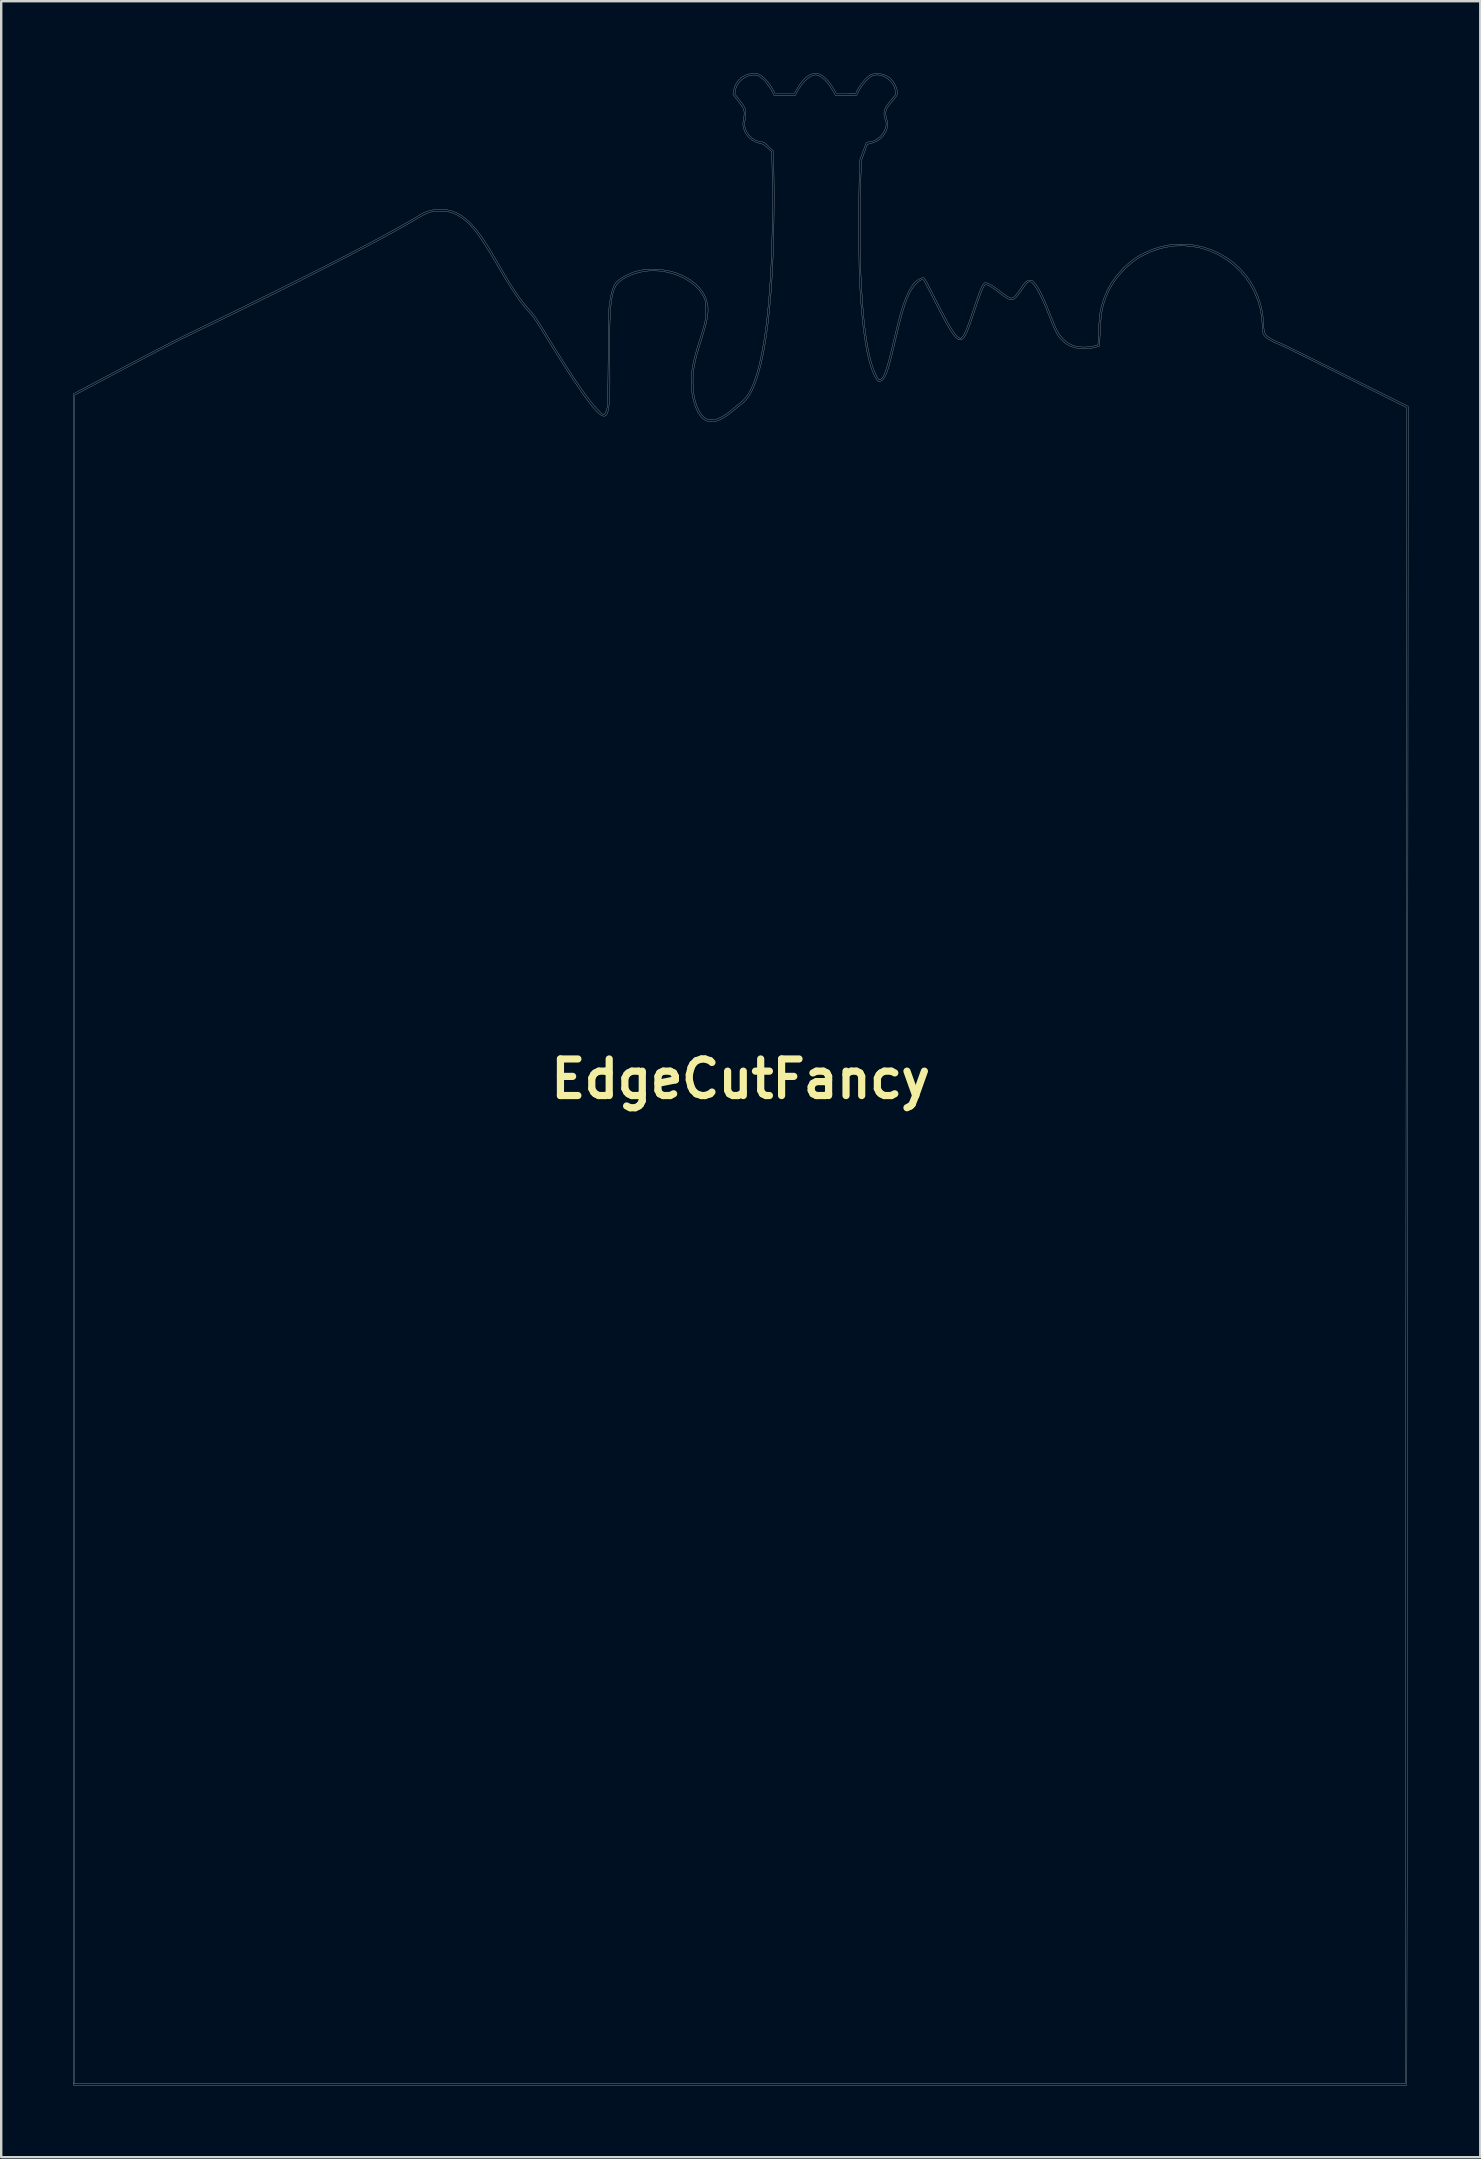
<source format=kicad_pcb>
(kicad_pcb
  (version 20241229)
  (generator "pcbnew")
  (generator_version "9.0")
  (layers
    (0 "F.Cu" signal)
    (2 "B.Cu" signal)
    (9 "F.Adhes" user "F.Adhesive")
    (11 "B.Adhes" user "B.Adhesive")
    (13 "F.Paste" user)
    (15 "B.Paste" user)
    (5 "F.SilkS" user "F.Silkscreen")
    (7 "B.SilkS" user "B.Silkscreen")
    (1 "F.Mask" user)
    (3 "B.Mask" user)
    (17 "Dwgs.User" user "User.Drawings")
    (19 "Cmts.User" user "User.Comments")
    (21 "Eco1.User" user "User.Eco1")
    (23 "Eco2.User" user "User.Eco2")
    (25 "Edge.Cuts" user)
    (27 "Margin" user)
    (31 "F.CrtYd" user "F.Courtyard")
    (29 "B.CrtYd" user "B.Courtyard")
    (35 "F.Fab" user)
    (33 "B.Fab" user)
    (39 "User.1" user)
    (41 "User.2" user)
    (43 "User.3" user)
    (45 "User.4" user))
  (footprint "EdgeCutFancy"
    (layer "F.Cu")
    (at 27.818 41.918)
    (property "Reference" "EdgeCutFancy" (at 0 0 0) (layer "F.SilkS") (effects (font (size 1.524 1.524) (thickness 0.3))))
    (attr through_hole)
    (fp_poly (pts (xy 3.279 -41.883) (xy 3.417 -41.812) (xy 3.555 -41.698) (xy 3.565 -41.689) (xy 3.704 -41.53) (xy 3.839 -41.334) (xy 3.915 -41.206) (xy 3.983 -41.085) (xy 4.392 -41.085) (xy 4.8 -41.084) (xy 4.828 -41.152) (xy 4.87 -41.236) (xy 4.934 -41.34) (xy 5.012 -41.451) (xy 5.095 -41.56) (xy 5.175 -41.654) (xy 5.224 -41.705) (xy 5.332 -41.797) (xy 5.428 -41.859) (xy 5.526 -41.894) (xy 5.637 -41.907) (xy 5.723 -41.907) (xy 5.907 -41.878) (xy 6.076 -41.813) (xy 6.224 -41.715) (xy 6.349 -41.587) (xy 6.445 -41.432) (xy 6.51 -41.256) (xy 6.525 -41.183) (xy 6.537 -41.108) (xy 6.538 -41.058) (xy 6.527 -41.019) (xy 6.502 -40.975) (xy 6.494 -40.964) (xy 6.458 -40.914) (xy 6.402 -40.842) (xy 6.336 -40.76) (xy 6.288 -40.703) (xy 6.22 -40.62) (xy 6.158 -40.54) (xy 6.111 -40.473) (xy 6.091 -40.439) (xy 6.056 -40.331) (xy 6.049 -40.203) (xy 6.069 -40.065) (xy 6.096 -39.976) (xy 6.129 -39.843) (xy 6.127 -39.707) (xy 6.088 -39.562) (xy 6.054 -39.482) (xy 5.956 -39.317) (xy 5.829 -39.183) (xy 5.674 -39.08) (xy 5.488 -39.006) (xy 5.436 -38.992) (xy 5.281 -38.954) (xy 5.16 -38.618) (xy 5.038 -38.282) (xy 5.014 -37.656) (xy 5.008 -37.485) (xy 5.003 -37.279) (xy 4.999 -37.043) (xy 4.995 -36.782) (xy 4.993 -36.501) (xy 4.991 -36.205) (xy 4.99 -35.899) (xy 4.989 -35.589) (xy 4.989 -35.279) (xy 4.99 -34.974) (xy 4.992 -34.68) (xy 4.995 -34.401) (xy 4.998 -34.143) (xy 5.002 -33.91) (xy 5.006 -33.708) (xy 5.012 -33.541) (xy 5.014 -33.496) (xy 5.042 -32.936) (xy 5.076 -32.416) (xy 5.114 -31.937) (xy 5.157 -31.495) (xy 5.206 -31.092) (xy 5.261 -30.724) (xy 5.321 -30.391) (xy 5.387 -30.093) (xy 5.459 -29.827) (xy 5.537 -29.592) (xy 5.621 -29.388) (xy 5.631 -29.368) (xy 5.672 -29.287) (xy 5.712 -29.217) (xy 5.744 -29.17) (xy 5.752 -29.162) (xy 5.783 -29.139) (xy 5.809 -29.14) (xy 5.848 -29.168) (xy 5.849 -29.169) (xy 5.887 -29.205) (xy 5.924 -29.255) (xy 5.962 -29.322) (xy 6 -29.408) (xy 6.041 -29.516) (xy 6.084 -29.648) (xy 6.131 -29.808) (xy 6.183 -29.999) (xy 6.24 -30.222) (xy 6.304 -30.481) (xy 6.375 -30.779) (xy 6.382 -30.808) (xy 6.427 -31.001) (xy 6.475 -31.195) (xy 6.521 -31.384) (xy 6.565 -31.559) (xy 6.605 -31.714) (xy 6.639 -31.841) (xy 6.66 -31.919) (xy 6.756 -32.227) (xy 6.855 -32.501) (xy 6.957 -32.739) (xy 7.061 -32.94) (xy 7.167 -33.101) (xy 7.249 -33.198) (xy 7.324 -33.263) (xy 7.411 -33.322) (xy 7.499 -33.367) (xy 7.577 -33.394) (xy 7.625 -33.397) (xy 7.639 -33.39) (xy 7.658 -33.371) (xy 7.683 -33.337) (xy 7.715 -33.284) (xy 7.757 -33.21) (xy 7.81 -33.112) (xy 7.875 -32.987) (xy 7.956 -32.831) (xy 8.052 -32.641) (xy 8.107 -32.533) (xy 8.261 -32.231) (xy 8.399 -31.965) (xy 8.522 -31.735) (xy 8.632 -31.536) (xy 8.729 -31.368) (xy 8.815 -31.228) (xy 8.891 -31.115) (xy 8.959 -31.026) (xy 9.019 -30.959) (xy 9.074 -30.912) (xy 9.098 -30.896) (xy 9.166 -30.857) (xy 9.229 -30.925) (xy 9.265 -30.969) (xy 9.301 -31.025) (xy 9.34 -31.099) (xy 9.383 -31.193) (xy 9.43 -31.31) (xy 9.484 -31.454) (xy 9.546 -31.628) (xy 9.618 -31.837) (xy 9.696 -32.071) (xy 9.779 -32.318) (xy 9.851 -32.528) (xy 9.913 -32.703) (xy 9.968 -32.845) (xy 10.016 -32.959) (xy 10.059 -33.046) (xy 10.097 -33.11) (xy 10.133 -33.153) (xy 10.167 -33.178) (xy 10.202 -33.189) (xy 10.214 -33.189) (xy 10.275 -33.176) (xy 10.363 -33.137) (xy 10.47 -33.077) (xy 10.592 -32.998) (xy 10.723 -32.904) (xy 10.801 -32.843) (xy 10.95 -32.729) (xy 11.073 -32.643) (xy 11.171 -32.585) (xy 11.248 -32.553) (xy 11.306 -32.546) (xy 11.327 -32.551) (xy 11.382 -32.586) (xy 11.45 -32.652) (xy 11.532 -32.753) (xy 11.628 -32.889) (xy 11.669 -32.95) (xy 11.756 -33.077) (xy 11.829 -33.17) (xy 11.894 -33.235) (xy 11.953 -33.274) (xy 12.013 -33.292) (xy 12.052 -33.295) (xy 12.106 -33.292) (xy 12.148 -33.276) (xy 12.192 -33.242) (xy 12.238 -33.195) (xy 12.303 -33.118) (xy 12.369 -33.027) (xy 12.436 -32.919) (xy 12.506 -32.79) (xy 12.581 -32.638) (xy 12.663 -32.457) (xy 12.753 -32.245) (xy 12.854 -31.997) (xy 12.904 -31.873) (xy 12.963 -31.726) (xy 13.02 -31.584) (xy 13.074 -31.454) (xy 13.121 -31.344) (xy 13.157 -31.261) (xy 13.177 -31.221) (xy 13.302 -31.012) (xy 13.45 -30.836) (xy 13.62 -30.694) (xy 13.809 -30.59) (xy 13.861 -30.569) (xy 13.997 -30.532) (xy 14.16 -30.51) (xy 14.335 -30.504) (xy 14.511 -30.514) (xy 14.674 -30.54) (xy 14.711 -30.549) (xy 14.891 -30.596) (xy 14.915 -31.162) (xy 14.925 -31.375) (xy 14.935 -31.552) (xy 14.947 -31.7) (xy 14.96 -31.827) (xy 14.975 -31.939) (xy 14.994 -32.042) (xy 15.016 -32.144) (xy 15.021 -32.163) (xy 15.13 -32.529) (xy 15.273 -32.871) (xy 15.453 -33.191) (xy 15.669 -33.492) (xy 15.923 -33.775) (xy 15.984 -33.835) (xy 16.18 -34.013) (xy 16.373 -34.164) (xy 16.575 -34.296) (xy 16.8 -34.42) (xy 16.813 -34.427) (xy 17.157 -34.578) (xy 17.509 -34.689) (xy 17.866 -34.762) (xy 18.226 -34.795) (xy 18.584 -34.791) (xy 18.939 -34.75) (xy 19.286 -34.673) (xy 19.625 -34.56) (xy 19.95 -34.413) (xy 20.26 -34.232) (xy 20.551 -34.018) (xy 20.82 -33.772) (xy 21.065 -33.494) (xy 21.225 -33.274) (xy 21.409 -32.962) (xy 21.56 -32.628) (xy 21.676 -32.281) (xy 21.754 -31.924) (xy 21.792 -31.567) (xy 21.794 -31.528) (xy 21.801 -31.375) (xy 21.811 -31.257) (xy 21.824 -31.167) (xy 21.844 -31.099) (xy 21.872 -31.045) (xy 21.909 -30.999) (xy 21.94 -30.969) (xy 22.017 -30.909) (xy 22.124 -30.843) (xy 22.246 -30.778) (xy 22.373 -30.719) (xy 22.468 -30.683) (xy 22.5 -30.669) (xy 22.567 -30.638) (xy 22.667 -30.59) (xy 22.798 -30.526) (xy 22.959 -30.448) (xy 23.145 -30.356) (xy 23.356 -30.253) (xy 23.589 -30.138) (xy 23.842 -30.013) (xy 24.112 -29.88) (xy 24.397 -29.738) (xy 24.695 -29.59) (xy 25.004 -29.437) (xy 25.196 -29.341) (xy 27.819 -28.035) (xy 27.805 -3.821) (xy 27.805 -2.745) (xy 27.804 -1.66) (xy 27.803 -0.567) (xy 27.803 0.532) (xy 27.802 1.635) (xy 27.801 2.742) (xy 27.801 3.851) (xy 27.8 4.961) (xy 27.799 6.07) (xy 27.798 7.176) (xy 27.798 8.279) (xy 27.797 9.376) (xy 27.796 10.467) (xy 27.795 11.55) (xy 27.795 12.624) (xy 27.794 13.687) (xy 27.793 14.738) (xy 27.792 15.775) (xy 27.791 16.797) (xy 27.791 17.803) (xy 27.79 18.79) (xy 27.789 19.759) (xy 27.788 20.707) (xy 27.787 21.633) (xy 27.787 22.535) (xy 27.786 23.413) (xy 27.785 24.264) (xy 27.784 25.087) (xy 27.784 25.881) (xy 27.783 26.645) (xy 27.782 27.376) (xy 27.781 28.074) (xy 27.781 28.738) (xy 27.78 29.365) (xy 27.779 29.954) (xy 27.779 30.505) (xy 27.778 31.015) (xy 27.778 31.163) (xy 27.764 41.931) (xy -27.813 41.931) (xy -27.808 6.685) (xy -27.802 -28.503) (xy -27.75 -28.503) (xy -27.75 41.868) (xy 27.701 41.868) (xy 27.714 22.463) (xy 27.715 21.445) (xy 27.716 20.399) (xy 27.717 19.329) (xy 27.718 18.235) (xy 27.718 17.12) (xy 27.719 15.987) (xy 27.72 14.838) (xy 27.721 13.675) (xy 27.722 12.501) (xy 27.723 11.316) (xy 27.724 10.125) (xy 27.725 8.929) (xy 27.726 7.73) (xy 27.726 6.531) (xy 27.727 5.334) (xy 27.728 4.141) (xy 27.729 2.954) (xy 27.73 1.776) (xy 27.731 0.609) (xy 27.732 -0.545) (xy 27.733 -1.683) (xy 27.734 -2.804) (xy 27.735 -3.904) (xy 27.736 -4.983) (xy 27.737 -6.037) (xy 27.738 -7.064) (xy 27.738 -8.062) (xy 27.739 -9.029) (xy 27.74 -9.963) (xy 27.741 -10.861) (xy 27.742 -11.72) (xy 27.742 -12.46) (xy 27.756 -27.979) (xy 25.216 -29.249) (xy 24.905 -29.404) (xy 24.602 -29.555) (xy 24.31 -29.701) (xy 24.03 -29.84) (xy 23.766 -29.97) (xy 23.519 -30.092) (xy 23.293 -30.204) (xy 23.089 -30.304) (xy 22.91 -30.391) (xy 22.758 -30.465) (xy 22.636 -30.523) (xy 22.546 -30.566) (xy 22.491 -30.591) (xy 22.48 -30.595) (xy 22.313 -30.664) (xy 22.16 -30.737) (xy 22.027 -30.809) (xy 21.922 -30.877) (xy 21.862 -30.928) (xy 21.803 -30.999) (xy 21.766 -31.08) (xy 21.745 -31.182) (xy 21.738 -31.314) (xy 21.738 -31.322) (xy 21.717 -31.699) (xy 21.656 -32.066) (xy 21.557 -32.42) (xy 21.421 -32.76) (xy 21.25 -33.083) (xy 21.046 -33.385) (xy 20.81 -33.664) (xy 20.544 -33.917) (xy 20.249 -34.142) (xy 19.928 -34.336) (xy 19.855 -34.374) (xy 19.514 -34.522) (xy 19.162 -34.63) (xy 18.804 -34.698) (xy 18.442 -34.726) (xy 18.079 -34.714) (xy 17.718 -34.662) (xy 17.363 -34.571) (xy 17.015 -34.44) (xy 16.679 -34.27) (xy 16.599 -34.223) (xy 16.353 -34.054) (xy 16.112 -33.852) (xy 15.886 -33.626) (xy 15.684 -33.386) (xy 15.576 -33.235) (xy 15.468 -33.067) (xy 15.38 -32.914) (xy 15.305 -32.761) (xy 15.235 -32.592) (xy 15.209 -32.523) (xy 15.164 -32.399) (xy 15.127 -32.28) (xy 15.095 -32.159) (xy 15.068 -32.033) (xy 15.046 -31.896) (xy 15.027 -31.741) (xy 15.011 -31.565) (xy 14.997 -31.362) (xy 14.985 -31.126) (xy 14.974 -30.887) (xy 14.959 -30.544) (xy 14.822 -30.501) (xy 14.646 -30.458) (xy 14.456 -30.432) (xy 14.271 -30.425) (xy 14.123 -30.435) (xy 13.908 -30.477) (xy 13.722 -30.545) (xy 13.555 -30.643) (xy 13.4 -30.773) (xy 13.399 -30.774) (xy 13.339 -30.836) (xy 13.284 -30.898) (xy 13.234 -30.965) (xy 13.186 -31.041) (xy 13.137 -31.13) (xy 13.084 -31.239) (xy 13.026 -31.371) (xy 12.96 -31.531) (xy 12.883 -31.723) (xy 12.838 -31.837) (xy 12.714 -32.143) (xy 12.598 -32.412) (xy 12.489 -32.644) (xy 12.388 -32.838) (xy 12.296 -32.993) (xy 12.212 -33.11) (xy 12.137 -33.186) (xy 12.082 -33.219) (xy 12.032 -33.226) (xy 11.982 -33.208) (xy 11.926 -33.161) (xy 11.86 -33.082) (xy 11.811 -33.014) (xy 11.703 -32.859) (xy 11.614 -32.736) (xy 11.541 -32.641) (xy 11.48 -32.571) (xy 11.428 -32.523) (xy 11.382 -32.492) (xy 11.337 -32.476) (xy 11.292 -32.47) (xy 11.279 -32.47) (xy 11.226 -32.477) (xy 11.161 -32.502) (xy 11.081 -32.546) (xy 10.98 -32.612) (xy 10.856 -32.703) (xy 10.72 -32.808) (xy 10.571 -32.919) (xy 10.442 -33.006) (xy 10.336 -33.067) (xy 10.254 -33.101) (xy 10.199 -33.106) (xy 10.184 -33.099) (xy 10.153 -33.059) (xy 10.113 -32.986) (xy 10.064 -32.878) (xy 10.006 -32.733) (xy 9.939 -32.552) (xy 9.862 -32.332) (xy 9.775 -32.072) (xy 9.751 -32.002) (xy 9.692 -31.825) (xy 9.633 -31.653) (xy 9.576 -31.492) (xy 9.524 -31.348) (xy 9.478 -31.227) (xy 9.442 -31.136) (xy 9.421 -31.089) (xy 9.367 -30.988) (xy 9.315 -30.907) (xy 9.262 -30.849) (xy 9.207 -30.813) (xy 9.149 -30.801) (xy 9.087 -30.815) (xy 9.02 -30.855) (xy 8.946 -30.923) (xy 8.865 -31.02) (xy 8.774 -31.147) (xy 8.674 -31.306) (xy 8.562 -31.498) (xy 8.438 -31.723) (xy 8.3 -31.984) (xy 8.148 -32.282) (xy 8.012 -32.551) (xy 7.929 -32.716) (xy 7.851 -32.868) (xy 7.779 -33.005) (xy 7.717 -33.121) (xy 7.667 -33.213) (xy 7.63 -33.277) (xy 7.609 -33.308) (xy 7.607 -33.31) (xy 7.55 -33.31) (xy 7.478 -33.278) (xy 7.396 -33.219) (xy 7.309 -33.137) (xy 7.222 -33.036) (xy 7.142 -32.923) (xy 7.117 -32.882) (xy 7.059 -32.779) (xy 7.004 -32.668) (xy 6.95 -32.544) (xy 6.896 -32.406) (xy 6.842 -32.25) (xy 6.786 -32.073) (xy 6.727 -31.871) (xy 6.665 -31.642) (xy 6.598 -31.383) (xy 6.526 -31.089) (xy 6.447 -30.759) (xy 6.405 -30.582) (xy 6.338 -30.299) (xy 6.277 -30.055) (xy 6.222 -29.846) (xy 6.171 -29.669) (xy 6.124 -29.522) (xy 6.079 -29.401) (xy 6.035 -29.304) (xy 5.992 -29.226) (xy 5.948 -29.166) (xy 5.925 -29.141) (xy 5.852 -29.08) (xy 5.788 -29.059) (xy 5.729 -29.078) (xy 5.672 -29.138) (xy 5.652 -29.167) (xy 5.564 -29.324) (xy 5.481 -29.513) (xy 5.405 -29.733) (xy 5.334 -29.986) (xy 5.268 -30.273) (xy 5.208 -30.595) (xy 5.153 -30.953) (xy 5.102 -31.348) (xy 5.057 -31.781) (xy 5.016 -32.253) (xy 4.98 -32.765) (xy 4.948 -33.306) (xy 4.943 -33.424) (xy 4.939 -33.581) (xy 4.935 -33.771) (xy 4.932 -33.99) (xy 4.929 -34.234) (xy 4.927 -34.499) (xy 4.925 -34.78) (xy 4.924 -35.073) (xy 4.923 -35.373) (xy 4.923 -35.676) (xy 4.924 -35.979) (xy 4.925 -36.275) (xy 4.926 -36.562) (xy 4.928 -36.834) (xy 4.931 -37.088) (xy 4.934 -37.318) (xy 4.938 -37.521) (xy 4.942 -37.693) (xy 4.947 -37.828) (xy 4.948 -37.857) (xy 4.971 -38.322) (xy 5.09 -38.648) (xy 5.131 -38.76) (xy 5.169 -38.861) (xy 5.2 -38.941) (xy 5.221 -38.994) (xy 5.228 -39.01) (xy 5.261 -39.037) (xy 5.329 -39.053) (xy 5.36 -39.056) (xy 5.518 -39.09) (xy 5.667 -39.16) (xy 5.8 -39.262) (xy 5.913 -39.391) (xy 5.998 -39.54) (xy 6.051 -39.704) (xy 6.062 -39.765) (xy 6.062 -39.817) (xy 6.052 -39.875) (xy 6.028 -39.954) (xy 6.019 -39.979) (xy 5.989 -40.081) (xy 5.974 -40.165) (xy 5.973 -40.246) (xy 5.974 -40.27) (xy 5.984 -40.346) (xy 6.003 -40.416) (xy 6.034 -40.486) (xy 6.082 -40.564) (xy 6.151 -40.658) (xy 6.244 -40.773) (xy 6.265 -40.799) (xy 6.46 -41.032) (xy 6.449 -41.154) (xy 6.418 -41.299) (xy 6.355 -41.435) (xy 6.265 -41.558) (xy 6.155 -41.664) (xy 6.029 -41.749) (xy 5.894 -41.81) (xy 5.756 -41.842) (xy 5.62 -41.842) (xy 5.496 -41.808) (xy 5.395 -41.747) (xy 5.285 -41.653) (xy 5.173 -41.534) (xy 5.064 -41.395) (xy 4.965 -41.244) (xy 4.887 -41.1) (xy 4.839 -41) (xy 3.941 -41) (xy 3.862 -41.143) (xy 3.745 -41.336) (xy 3.623 -41.502) (xy 3.499 -41.638) (xy 3.376 -41.742) (xy 3.257 -41.812) (xy 3.144 -41.844) (xy 3.111 -41.846) (xy 3.009 -41.826) (xy 2.897 -41.771) (xy 2.78 -41.684) (xy 2.661 -41.57) (xy 2.544 -41.432) (xy 2.435 -41.274) (xy 2.336 -41.101) (xy 2.33 -41.09) (xy 2.285 -41) (xy 1.382 -41) (xy 1.342 -41.09) (xy 1.289 -41.191) (xy 1.215 -41.31) (xy 1.13 -41.432) (xy 1.042 -41.545) (xy 0.961 -41.636) (xy 0.944 -41.652) (xy 0.829 -41.748) (xy 0.723 -41.809) (xy 0.615 -41.839) (xy 0.497 -41.841) (xy 0.336 -41.809) (xy 0.184 -41.742) (xy 0.047 -41.646) (xy -0.069 -41.526) (xy -0.157 -41.389) (xy -0.213 -41.239) (xy -0.227 -41.159) (xy -0.238 -41.046) (xy -0.059 -40.816) (xy 0.037 -40.692) (xy 0.108 -40.593) (xy 0.158 -40.511) (xy 0.191 -40.44) (xy 0.209 -40.372) (xy 0.217 -40.3) (xy 0.218 -40.248) (xy 0.212 -40.144) (xy 0.197 -40.029) (xy 0.183 -39.957) (xy 0.163 -39.824) (xy 0.172 -39.7) (xy 0.212 -39.57) (xy 0.259 -39.47) (xy 0.354 -39.332) (xy 0.477 -39.215) (xy 0.62 -39.126) (xy 0.774 -39.071) (xy 0.867 -39.056) (xy 0.916 -39.051) (xy 0.955 -39.041) (xy 0.994 -39.022) (xy 1.038 -38.988) (xy 1.097 -38.934) (xy 1.173 -38.861) (xy 1.365 -38.675) (xy 1.379 -38.107) (xy 1.388 -37.653) (xy 1.393 -37.17) (xy 1.395 -36.668) (xy 1.392 -36.157) (xy 1.386 -35.645) (xy 1.377 -35.14) (xy 1.364 -34.653) (xy 1.348 -34.192) (xy 1.333 -33.846) (xy 1.297 -33.199) (xy 1.253 -32.588) (xy 1.201 -32.014) (xy 1.141 -31.476) (xy 1.074 -30.975) (xy 0.999 -30.512) (xy 0.917 -30.086) (xy 0.828 -29.7) (xy 0.732 -29.352) (xy 0.628 -29.043) (xy 0.517 -28.774) (xy 0.4 -28.546) (xy 0.276 -28.358) (xy 0.145 -28.211) (xy 0.069 -28.147) (xy 0.003 -28.097) (xy -0.083 -28.029) (xy -0.178 -27.951) (xy -0.264 -27.88) (xy -0.461 -27.723) (xy -0.636 -27.599) (xy -0.792 -27.505) (xy -0.897 -27.455) (xy -0.979 -27.425) (xy -1.058 -27.408) (xy -1.152 -27.402) (xy -1.206 -27.401) (xy -1.322 -27.405) (xy -1.411 -27.422) (xy -1.488 -27.456) (xy -1.567 -27.515) (xy -1.61 -27.552) (xy -1.713 -27.669) (xy -1.805 -27.821) (xy -1.885 -28.004) (xy -1.953 -28.211) (xy -2.006 -28.437) (xy -2.043 -28.676) (xy -2.063 -28.923) (xy -2.064 -29.172) (xy -2.053 -29.337) (xy -2.037 -29.492) (xy -2.016 -29.641) (xy -1.99 -29.79) (xy -1.957 -29.946) (xy -1.915 -30.116) (xy -1.863 -30.305) (xy -1.8 -30.52) (xy -1.723 -30.767) (xy -1.714 -30.797) (xy -1.647 -31.009) (xy -1.593 -31.187) (xy -1.55 -31.336) (xy -1.516 -31.461) (xy -1.491 -31.57) (xy -1.473 -31.666) (xy -1.461 -31.756) (xy -1.455 -31.846) (xy -1.451 -31.942) (xy -1.451 -32.025) (xy -1.453 -32.184) (xy -1.461 -32.311) (xy -1.479 -32.417) (xy -1.508 -32.511) (xy -1.55 -32.606) (xy -1.603 -32.7) (xy -1.739 -32.89) (xy -1.91 -33.065) (xy -2.112 -33.222) (xy -2.339 -33.36) (xy -2.588 -33.476) (xy -2.853 -33.568) (xy -3.129 -33.635) (xy -3.412 -33.674) (xy -3.697 -33.683) (xy -3.866 -33.673) (xy -4.097 -33.641) (xy -4.321 -33.588) (xy -4.533 -33.518) (xy -4.728 -33.433) (xy -4.9 -33.336) (xy -5.045 -33.229) (xy -5.156 -33.114) (xy -5.218 -33.019) (xy -5.261 -32.923) (xy -5.3 -32.815) (xy -5.333 -32.693) (xy -5.362 -32.553) (xy -5.387 -32.393) (xy -5.408 -32.211) (xy -5.425 -32.005) (xy -5.438 -31.771) (xy -5.447 -31.508) (xy -5.453 -31.213) (xy -5.456 -30.883) (xy -5.457 -30.517) (xy -5.454 -30.111) (xy -5.453 -30.014) (xy -5.45 -29.636) (xy -5.449 -29.299) (xy -5.449 -28.999) (xy -5.453 -28.736) (xy -5.459 -28.506) (xy -5.467 -28.309) (xy -5.479 -28.141) (xy -5.494 -28.001) (xy -5.512 -27.887) (xy -5.534 -27.796) (xy -5.56 -27.727) (xy -5.59 -27.677) (xy -5.625 -27.644) (xy -5.664 -27.627) (xy -5.701 -27.623) (xy -5.758 -27.634) (xy -5.825 -27.669) (xy -5.904 -27.728) (xy -5.994 -27.812) (xy -6.097 -27.923) (xy -6.213 -28.06) (xy -6.343 -28.225) (xy -6.487 -28.419) (xy -6.646 -28.642) (xy -6.82 -28.897) (xy -7.012 -29.182) (xy -7.22 -29.501) (xy -7.446 -29.852) (xy -7.69 -30.238) (xy -7.953 -30.659) (xy -8.236 -31.116) (xy -8.254 -31.145) (xy -8.37 -31.331) (xy -8.467 -31.485) (xy -8.551 -31.611) (xy -8.623 -31.715) (xy -8.687 -31.802) (xy -8.747 -31.874) (xy -8.786 -31.919) (xy -8.915 -32.064) (xy -9.042 -32.217) (xy -9.169 -32.38) (xy -9.299 -32.557) (xy -9.433 -32.752) (xy -9.576 -32.969) (xy -9.728 -33.212) (xy -9.894 -33.483) (xy -10.074 -33.788) (xy -10.139 -33.898) (xy -10.324 -34.212) (xy -10.492 -34.491) (xy -10.646 -34.737) (xy -10.787 -34.954) (xy -10.917 -35.143) (xy -11.04 -35.308) (xy -11.155 -35.452) (xy -11.267 -35.577) (xy -11.376 -35.686) (xy -11.485 -35.781) (xy -11.595 -35.866) (xy -11.644 -35.9) (xy -11.84 -36.019) (xy -12.032 -36.101) (xy -12.229 -36.15) (xy -12.443 -36.169) (xy -12.584 -36.167) (xy -12.709 -36.16) (xy -12.816 -36.148) (xy -12.915 -36.129) (xy -13.011 -36.1) (xy -13.113 -36.058) (xy -13.227 -36.002) (xy -13.362 -35.927) (xy -13.524 -35.832) (xy -13.531 -35.828) (xy -13.809 -35.665) (xy -14.124 -35.485) (xy -14.476 -35.29) (xy -14.862 -35.079) (xy -15.282 -34.853) (xy -15.734 -34.614) (xy -16.217 -34.361) (xy -16.729 -34.096) (xy -17.269 -33.819) (xy -17.836 -33.531) (xy -18.428 -33.232) (xy -19.045 -32.923) (xy -19.684 -32.605) (xy -20.345 -32.278) (xy -21.027 -31.944) (xy -21.727 -31.602) (xy -22.445 -31.254) (xy -23.179 -30.899) (xy -23.222 -30.879) (xy -23.31 -30.835) (xy -23.433 -30.774) (xy -23.586 -30.696) (xy -23.767 -30.603) (xy -23.972 -30.497) (xy -24.198 -30.379) (xy -24.442 -30.252) (xy -24.7 -30.117) (xy -24.97 -29.975) (xy -25.247 -29.829) (xy -25.529 -29.68) (xy -25.735 -29.571) (xy -27.75 -28.503) (xy -27.802 -28.503) (xy -27.802 -28.562) (xy -25.792 -29.628) (xy -25.488 -29.789) (xy -25.183 -29.949) (xy -24.881 -30.108) (xy -24.585 -30.262) (xy -24.299 -30.411) (xy -24.026 -30.552) (xy -23.772 -30.683) (xy -23.538 -30.802) (xy -23.33 -30.907) (xy -23.151 -30.997) (xy -23.004 -31.069) (xy -22.976 -31.083) (xy -22.578 -31.275) (xy -22.163 -31.477) (xy -21.734 -31.686) (xy -21.295 -31.901) (xy -20.849 -32.12) (xy -20.4 -32.341) (xy -19.951 -32.563) (xy -19.506 -32.783) (xy -19.069 -33.001) (xy -18.642 -33.214) (xy -18.229 -33.42) (xy -17.835 -33.618) (xy -17.461 -33.807) (xy -17.113 -33.984) (xy -16.792 -34.147) (xy -16.504 -34.295) (xy -16.288 -34.407) (xy -15.953 -34.583) (xy -15.622 -34.758) (xy -15.299 -34.93) (xy -14.987 -35.098) (xy -14.689 -35.261) (xy -14.409 -35.415) (xy -14.149 -35.56) (xy -13.913 -35.693) (xy -13.704 -35.813) (xy -13.525 -35.919) (xy -13.38 -36.008) (xy -13.337 -36.035) (xy -13.152 -36.13) (xy -12.943 -36.198) (xy -12.719 -36.237) (xy -12.488 -36.247) (xy -12.258 -36.228) (xy -12.039 -36.18) (xy -11.837 -36.103) (xy -11.826 -36.097) (xy -11.626 -35.98) (xy -11.43 -35.831) (xy -11.234 -35.647) (xy -11.038 -35.428) (xy -10.838 -35.17) (xy -10.675 -34.936) (xy -10.626 -34.861) (xy -10.575 -34.781) (xy -10.52 -34.693) (xy -10.458 -34.591) (xy -10.386 -34.472) (xy -10.302 -34.331) (xy -10.205 -34.165) (xy -10.09 -33.97) (xy -9.986 -33.791) (xy -9.815 -33.501) (xy -9.659 -33.244) (xy -9.516 -33.015) (xy -9.383 -32.811) (xy -9.255 -32.626) (xy -9.13 -32.456) (xy -9.006 -32.296) (xy -8.878 -32.142) (xy -8.768 -32.017) (xy -8.71 -31.951) (xy -8.655 -31.885) (xy -8.602 -31.816) (xy -8.545 -31.739) (xy -8.484 -31.65) (xy -8.413 -31.543) (xy -8.331 -31.414) (xy -8.234 -31.26) (xy -8.119 -31.074) (xy -8.088 -31.024) (xy -7.863 -30.66) (xy -7.657 -30.329) (xy -7.468 -30.029) (xy -7.295 -29.757) (xy -7.136 -29.51) (xy -6.988 -29.284) (xy -6.85 -29.078) (xy -6.72 -28.887) (xy -6.596 -28.71) (xy -6.476 -28.542) (xy -6.376 -28.406) (xy -6.282 -28.283) (xy -6.183 -28.161) (xy -6.083 -28.044) (xy -5.986 -27.936) (xy -5.897 -27.841) (xy -5.819 -27.765) (xy -5.757 -27.713) (xy -5.716 -27.687) (xy -5.708 -27.686) (xy -5.671 -27.707) (xy -5.634 -27.767) (xy -5.598 -27.864) (xy -5.573 -27.958) (xy -5.567 -27.987) (xy -5.562 -28.024) (xy -5.557 -28.073) (xy -5.553 -28.135) (xy -5.549 -28.213) (xy -5.545 -28.309) (xy -5.542 -28.427) (xy -5.539 -28.57) (xy -5.537 -28.739) (xy -5.534 -28.937) (xy -5.531 -29.167) (xy -5.529 -29.432) (xy -5.526 -29.734) (xy -5.524 -30.057) (xy -5.52 -30.408) (xy -5.517 -30.735) (xy -5.514 -31.034) (xy -5.51 -31.304) (xy -5.506 -31.543) (xy -5.502 -31.749) (xy -5.497 -31.92) (xy -5.493 -32.055) (xy -5.489 -32.15) (xy -5.484 -32.205) (xy -5.445 -32.477) (xy -5.399 -32.711) (xy -5.346 -32.904) (xy -5.287 -33.057) (xy -5.236 -33.147) (xy -5.168 -33.224) (xy -5.068 -33.309) (xy -4.943 -33.395) (xy -4.801 -33.478) (xy -4.651 -33.553) (xy -4.501 -33.615) (xy -4.456 -33.631) (xy -4.289 -33.68) (xy -4.13 -33.715) (xy -3.965 -33.736) (xy -3.78 -33.747) (xy -3.63 -33.748) (xy -3.308 -33.733) (xy -3.009 -33.687) (xy -2.725 -33.611) (xy -2.448 -33.5) (xy -2.339 -33.447) (xy -2.086 -33.299) (xy -1.87 -33.133) (xy -1.69 -32.951) (xy -1.549 -32.754) (xy -1.446 -32.542) (xy -1.382 -32.317) (xy -1.363 -32.178) (xy -1.358 -32.059) (xy -1.362 -31.933) (xy -1.377 -31.797) (xy -1.402 -31.645) (xy -1.44 -31.473) (xy -1.491 -31.276) (xy -1.556 -31.051) (xy -1.636 -30.792) (xy -1.661 -30.713) (xy -1.749 -30.431) (xy -1.821 -30.181) (xy -1.878 -29.958) (xy -1.922 -29.755) (xy -1.954 -29.567) (xy -1.974 -29.386) (xy -1.984 -29.208) (xy -1.985 -29.025) (xy -1.983 -28.935) (xy -1.966 -28.67) (xy -1.933 -28.437) (xy -1.883 -28.226) (xy -1.814 -28.027) (xy -1.731 -27.85) (xy -1.636 -27.696) (xy -1.529 -27.582) (xy -1.41 -27.506) (xy -1.278 -27.469) (xy -1.133 -27.471) (xy -0.973 -27.511) (xy -0.799 -27.59) (xy -0.609 -27.708) (xy -0.403 -27.865) (xy -0.328 -27.929) (xy -0.247 -27.997) (xy -0.152 -28.075) (xy -0.06 -28.146) (xy -0.05 -28.154) (xy 0.085 -28.269) (xy 0.203 -28.396) (xy 0.309 -28.542) (xy 0.406 -28.713) (xy 0.498 -28.913) (xy 0.589 -29.15) (xy 0.599 -29.181) (xy 0.697 -29.492) (xy 0.788 -29.843) (xy 0.873 -30.233) (xy 0.95 -30.661) (xy 1.021 -31.125) (xy 1.084 -31.624) (xy 1.14 -32.155) (xy 1.189 -32.719) (xy 1.231 -33.313) (xy 1.265 -33.936) (xy 1.291 -34.586) (xy 1.309 -35.262) (xy 1.319 -35.963) (xy 1.321 -36.688) (xy 1.316 -37.434) (xy 1.313 -37.624) (xy 1.296 -38.64) (xy 1.124 -38.8) (xy 1.045 -38.872) (xy 0.987 -38.92) (xy 0.939 -38.95) (xy 0.892 -38.969) (xy 0.834 -38.982) (xy 0.82 -38.985) (xy 0.633 -39.04) (xy 0.466 -39.13) (xy 0.324 -39.252) (xy 0.21 -39.403) (xy 0.169 -39.482) (xy 0.11 -39.643) (xy 0.091 -39.802) (xy 0.108 -39.971) (xy 0.114 -40) (xy 0.142 -40.166) (xy 0.143 -40.302) (xy 0.118 -40.415) (xy 0.108 -40.439) (xy 0.081 -40.486) (xy 0.034 -40.558) (xy -0.028 -40.646) (xy -0.099 -40.741) (xy -0.126 -40.777) (xy -0.321 -41.031) (xy -0.307 -41.148) (xy -0.264 -41.331) (xy -0.188 -41.496) (xy -0.081 -41.639) (xy 0.051 -41.756) (xy 0.204 -41.842) (xy 0.374 -41.894) (xy 0.529 -41.909) (xy 0.65 -41.903) (xy 0.744 -41.881) (xy 0.779 -41.868) (xy 0.876 -41.809) (xy 0.983 -41.718) (xy 1.092 -41.604) (xy 1.198 -41.474) (xy 1.294 -41.334) (xy 1.373 -41.194) (xy 1.378 -41.185) (xy 1.427 -41.085) (xy 2.24 -41.085) (xy 2.308 -41.206) (xy 2.446 -41.429) (xy 2.584 -41.609) (xy 2.722 -41.748) (xy 2.861 -41.845) (xy 3 -41.9) (xy 3.139 -41.913) (xy 3.279 -41.883)) (stroke (width 0.01) (type solid)) (fill no) (layer "Edge.Cuts")))
  (gr_rect
    (start -3 -3)
    (end 58.642 86.854)
    (stroke (width 0.1) (type default))
    (fill no)
    (layer "Edge.Cuts")))
</source>
